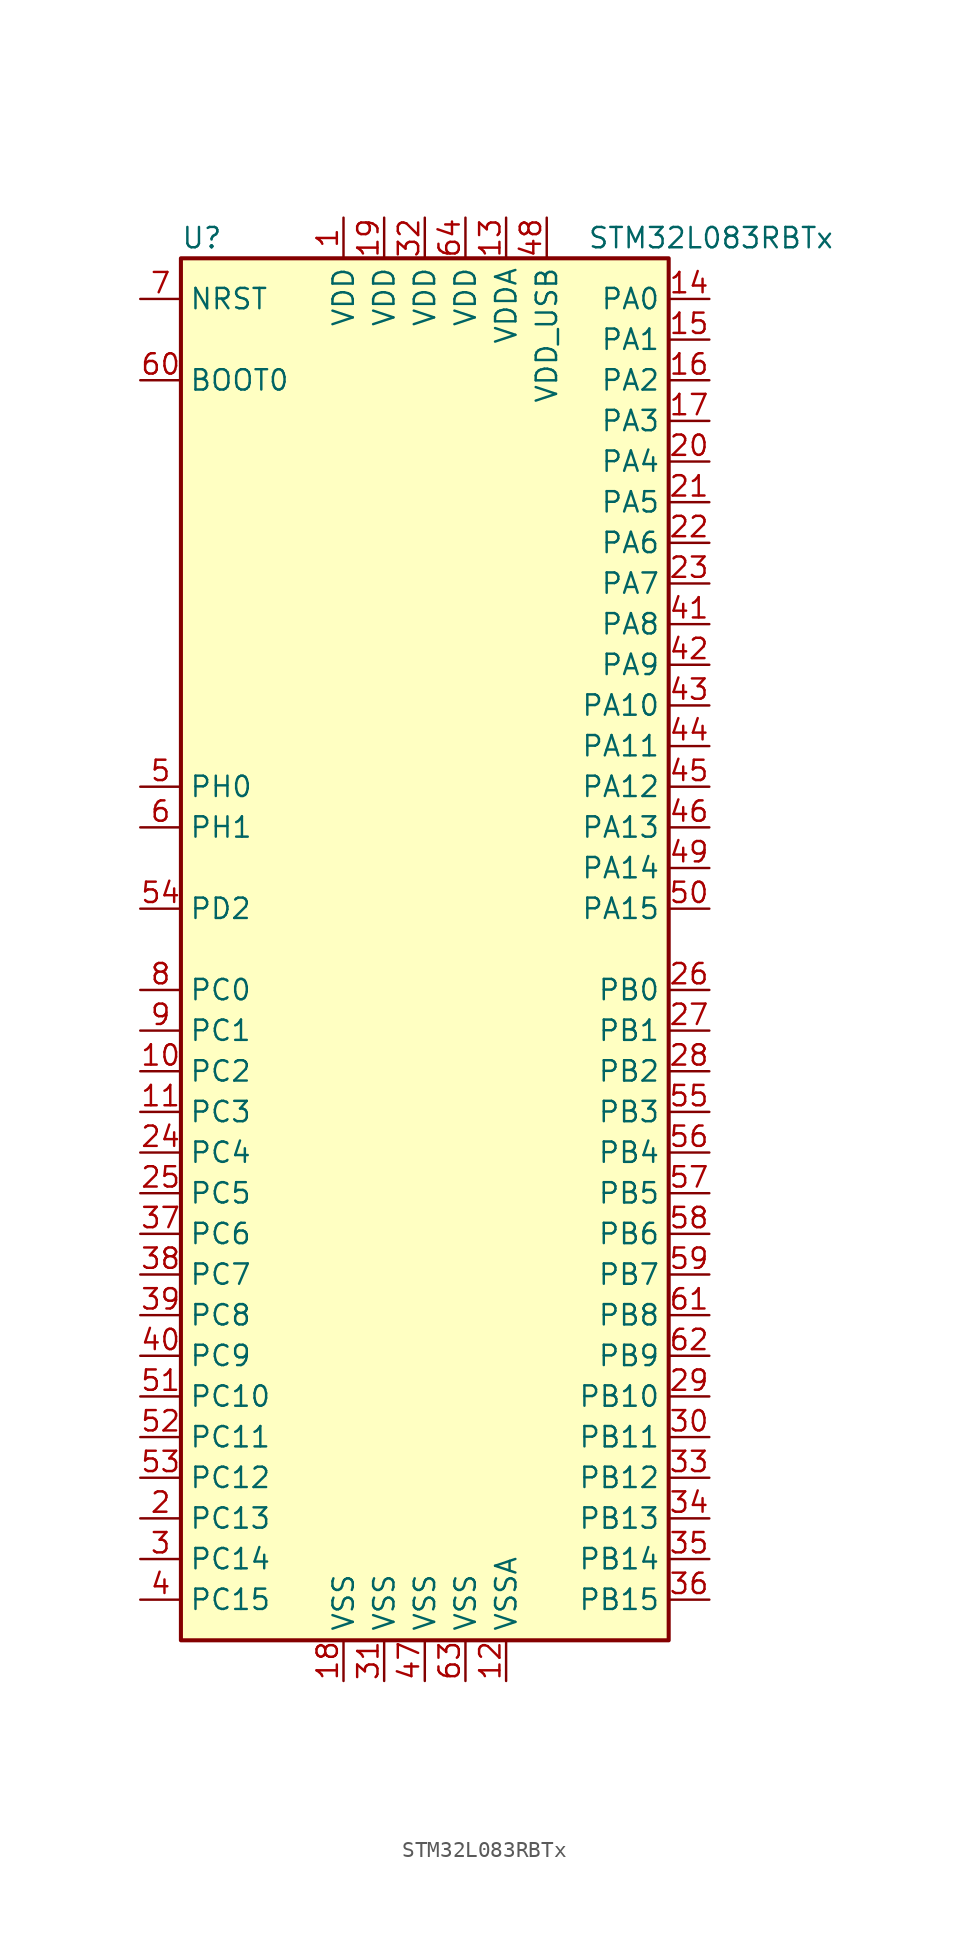
<source format=kicad_sym>
(kicad_symbol_lib
  (version 20201005)
  (generator kicad_symbol_editor)
  (symbol "STM32L083RBTx"
    (property "Reference" "U"
      (at -15.24 44.45 0)
      (effects (font (size 1.27 1.27)) (justify left)))
    (property "Value" "STM32L083RBTx"
      (at 10.16 44.45 0)
      (effects (font (size 1.27 1.27)) (justify left)))
    (symbol "STM32L083RBTx_0_1"
      (rectangle (start -15.24 -43.18) (end 15.24 43.18) (stroke (width 0.254)) (fill (type background))))
    (symbol "STM32L083RBTx_1_1"
      (pin input line (at -17.78 35.56 0) (length 2.54) (name "BOOT0" (effects (font (size 1.27 1.27)))) (number "60" (effects (font (size 1.27 1.27)))))
      (pin input line (at -17.78 40.64 0) (length 2.54) (name "NRST" (effects (font (size 1.27 1.27)))) (number "7" (effects (font (size 1.27 1.27)))))
      (pin bidirectional line (at 17.78 40.64 180) (length 2.54) (name "PA0" (effects (font (size 1.27 1.27)))) (number "14" (effects (font (size 1.27 1.27)))))
      (pin bidirectional line (at 17.78 38.1 180) (length 2.54) (name "PA1" (effects (font (size 1.27 1.27)))) (number "15" (effects (font (size 1.27 1.27)))))
      (pin bidirectional line (at 17.78 15.24 180) (length 2.54) (name "PA10" (effects (font (size 1.27 1.27)))) (number "43" (effects (font (size 1.27 1.27)))))
      (pin bidirectional line (at 17.78 12.7 180) (length 2.54) (name "PA11" (effects (font (size 1.27 1.27)))) (number "44" (effects (font (size 1.27 1.27)))))
      (pin bidirectional line (at 17.78 10.16 180) (length 2.54) (name "PA12" (effects (font (size 1.27 1.27)))) (number "45" (effects (font (size 1.27 1.27)))))
      (pin bidirectional line (at 17.78 7.62 180) (length 2.54) (name "PA13" (effects (font (size 1.27 1.27)))) (number "46" (effects (font (size 1.27 1.27)))))
      (pin bidirectional line (at 17.78 5.08 180) (length 2.54) (name "PA14" (effects (font (size 1.27 1.27)))) (number "49" (effects (font (size 1.27 1.27)))))
      (pin bidirectional line (at 17.78 2.54 180) (length 2.54) (name "PA15" (effects (font (size 1.27 1.27)))) (number "50" (effects (font (size 1.27 1.27)))))
      (pin bidirectional line (at 17.78 35.56 180) (length 2.54) (name "PA2" (effects (font (size 1.27 1.27)))) (number "16" (effects (font (size 1.27 1.27)))))
      (pin bidirectional line (at 17.78 33.02 180) (length 2.54) (name "PA3" (effects (font (size 1.27 1.27)))) (number "17" (effects (font (size 1.27 1.27)))))
      (pin bidirectional line (at 17.78 30.48 180) (length 2.54) (name "PA4" (effects (font (size 1.27 1.27)))) (number "20" (effects (font (size 1.27 1.27)))))
      (pin bidirectional line (at 17.78 27.94 180) (length 2.54) (name "PA5" (effects (font (size 1.27 1.27)))) (number "21" (effects (font (size 1.27 1.27)))))
      (pin bidirectional line (at 17.78 25.4 180) (length 2.54) (name "PA6" (effects (font (size 1.27 1.27)))) (number "22" (effects (font (size 1.27 1.27)))))
      (pin bidirectional line (at 17.78 22.86 180) (length 2.54) (name "PA7" (effects (font (size 1.27 1.27)))) (number "23" (effects (font (size 1.27 1.27)))))
      (pin bidirectional line (at 17.78 20.32 180) (length 2.54) (name "PA8" (effects (font (size 1.27 1.27)))) (number "41" (effects (font (size 1.27 1.27)))))
      (pin bidirectional line (at 17.78 17.78 180) (length 2.54) (name "PA9" (effects (font (size 1.27 1.27)))) (number "42" (effects (font (size 1.27 1.27)))))
      (pin bidirectional line (at 17.78 -2.54 180) (length 2.54) (name "PB0" (effects (font (size 1.27 1.27)))) (number "26" (effects (font (size 1.27 1.27)))))
      (pin bidirectional line (at 17.78 -5.08 180) (length 2.54) (name "PB1" (effects (font (size 1.27 1.27)))) (number "27" (effects (font (size 1.27 1.27)))))
      (pin bidirectional line (at 17.78 -27.94 180) (length 2.54) (name "PB10" (effects (font (size 1.27 1.27)))) (number "29" (effects (font (size 1.27 1.27)))))
      (pin bidirectional line (at 17.78 -30.48 180) (length 2.54) (name "PB11" (effects (font (size 1.27 1.27)))) (number "30" (effects (font (size 1.27 1.27)))))
      (pin bidirectional line (at 17.78 -33.02 180) (length 2.54) (name "PB12" (effects (font (size 1.27 1.27)))) (number "33" (effects (font (size 1.27 1.27)))))
      (pin bidirectional line (at 17.78 -35.56 180) (length 2.54) (name "PB13" (effects (font (size 1.27 1.27)))) (number "34" (effects (font (size 1.27 1.27)))))
      (pin bidirectional line (at 17.78 -38.1 180) (length 2.54) (name "PB14" (effects (font (size 1.27 1.27)))) (number "35" (effects (font (size 1.27 1.27)))))
      (pin bidirectional line (at 17.78 -40.64 180) (length 2.54) (name "PB15" (effects (font (size 1.27 1.27)))) (number "36" (effects (font (size 1.27 1.27)))))
      (pin bidirectional line (at 17.78 -7.62 180) (length 2.54) (name "PB2" (effects (font (size 1.27 1.27)))) (number "28" (effects (font (size 1.27 1.27)))))
      (pin bidirectional line (at 17.78 -10.16 180) (length 2.54) (name "PB3" (effects (font (size 1.27 1.27)))) (number "55" (effects (font (size 1.27 1.27)))))
      (pin bidirectional line (at 17.78 -12.7 180) (length 2.54) (name "PB4" (effects (font (size 1.27 1.27)))) (number "56" (effects (font (size 1.27 1.27)))))
      (pin bidirectional line (at 17.78 -15.24 180) (length 2.54) (name "PB5" (effects (font (size 1.27 1.27)))) (number "57" (effects (font (size 1.27 1.27)))))
      (pin bidirectional line (at 17.78 -17.78 180) (length 2.54) (name "PB6" (effects (font (size 1.27 1.27)))) (number "58" (effects (font (size 1.27 1.27)))))
      (pin bidirectional line (at 17.78 -20.32 180) (length 2.54) (name "PB7" (effects (font (size 1.27 1.27)))) (number "59" (effects (font (size 1.27 1.27)))))
      (pin bidirectional line (at 17.78 -22.86 180) (length 2.54) (name "PB8" (effects (font (size 1.27 1.27)))) (number "61" (effects (font (size 1.27 1.27)))))
      (pin bidirectional line (at 17.78 -25.4 180) (length 2.54) (name "PB9" (effects (font (size 1.27 1.27)))) (number "62" (effects (font (size 1.27 1.27)))))
      (pin bidirectional line (at -17.78 -2.54 0) (length 2.54) (name "PC0" (effects (font (size 1.27 1.27)))) (number "8" (effects (font (size 1.27 1.27)))))
      (pin bidirectional line (at -17.78 -5.08 0) (length 2.54) (name "PC1" (effects (font (size 1.27 1.27)))) (number "9" (effects (font (size 1.27 1.27)))))
      (pin bidirectional line (at -17.78 -27.94 0) (length 2.54) (name "PC10" (effects (font (size 1.27 1.27)))) (number "51" (effects (font (size 1.27 1.27)))))
      (pin bidirectional line (at -17.78 -30.48 0) (length 2.54) (name "PC11" (effects (font (size 1.27 1.27)))) (number "52" (effects (font (size 1.27 1.27)))))
      (pin bidirectional line (at -17.78 -33.02 0) (length 2.54) (name "PC12" (effects (font (size 1.27 1.27)))) (number "53" (effects (font (size 1.27 1.27)))))
      (pin bidirectional line (at -17.78 -35.56 0) (length 2.54) (name "PC13" (effects (font (size 1.27 1.27)))) (number "2" (effects (font (size 1.27 1.27)))))
      (pin bidirectional line (at -17.78 -38.1 0) (length 2.54) (name "PC14" (effects (font (size 1.27 1.27)))) (number "3" (effects (font (size 1.27 1.27)))))
      (pin bidirectional line (at -17.78 -40.64 0) (length 2.54) (name "PC15" (effects (font (size 1.27 1.27)))) (number "4" (effects (font (size 1.27 1.27)))))
      (pin bidirectional line (at -17.78 -7.62 0) (length 2.54) (name "PC2" (effects (font (size 1.27 1.27)))) (number "10" (effects (font (size 1.27 1.27)))))
      (pin bidirectional line (at -17.78 -10.16 0) (length 2.54) (name "PC3" (effects (font (size 1.27 1.27)))) (number "11" (effects (font (size 1.27 1.27)))))
      (pin bidirectional line (at -17.78 -12.7 0) (length 2.54) (name "PC4" (effects (font (size 1.27 1.27)))) (number "24" (effects (font (size 1.27 1.27)))))
      (pin bidirectional line (at -17.78 -15.24 0) (length 2.54) (name "PC5" (effects (font (size 1.27 1.27)))) (number "25" (effects (font (size 1.27 1.27)))))
      (pin bidirectional line (at -17.78 -17.78 0) (length 2.54) (name "PC6" (effects (font (size 1.27 1.27)))) (number "37" (effects (font (size 1.27 1.27)))))
      (pin bidirectional line (at -17.78 -20.32 0) (length 2.54) (name "PC7" (effects (font (size 1.27 1.27)))) (number "38" (effects (font (size 1.27 1.27)))))
      (pin bidirectional line (at -17.78 -22.86 0) (length 2.54) (name "PC8" (effects (font (size 1.27 1.27)))) (number "39" (effects (font (size 1.27 1.27)))))
      (pin bidirectional line (at -17.78 -25.4 0) (length 2.54) (name "PC9" (effects (font (size 1.27 1.27)))) (number "40" (effects (font (size 1.27 1.27)))))
      (pin bidirectional line (at -17.78 2.54 0) (length 2.54) (name "PD2" (effects (font (size 1.27 1.27)))) (number "54" (effects (font (size 1.27 1.27)))))
      (pin input line (at -17.78 10.16 0) (length 2.54) (name "PH0" (effects (font (size 1.27 1.27)))) (number "5" (effects (font (size 1.27 1.27)))))
      (pin input line (at -17.78 7.62 0) (length 2.54) (name "PH1" (effects (font (size 1.27 1.27)))) (number "6" (effects (font (size 1.27 1.27)))))
      (pin power_in line (at -5.08 45.72 270) (length 2.54) (name "VDD" (effects (font (size 1.27 1.27)))) (number "1" (effects (font (size 1.27 1.27)))))
      (pin power_in line (at -2.54 45.72 270) (length 2.54) (name "VDD" (effects (font (size 1.27 1.27)))) (number "19" (effects (font (size 1.27 1.27)))))
      (pin power_in line (at 0 45.72 270) (length 2.54) (name "VDD" (effects (font (size 1.27 1.27)))) (number "32" (effects (font (size 1.27 1.27)))))
      (pin power_in line (at 2.54 45.72 270) (length 2.54) (name "VDD" (effects (font (size 1.27 1.27)))) (number "64" (effects (font (size 1.27 1.27)))))
      (pin power_in line (at 5.08 45.72 270) (length 2.54) (name "VDDA" (effects (font (size 1.27 1.27)))) (number "13" (effects (font (size 1.27 1.27)))))
      (pin power_in line (at 7.62 45.72 270) (length 2.54) (name "VDD_USB" (effects (font (size 1.27 1.27)))) (number "48" (effects (font (size 1.27 1.27)))))
      (pin power_in line (at -5.08 -45.72 90) (length 2.54) (name "VSS" (effects (font (size 1.27 1.27)))) (number "18" (effects (font (size 1.27 1.27)))))
      (pin power_in line (at -2.54 -45.72 90) (length 2.54) (name "VSS" (effects (font (size 1.27 1.27)))) (number "31" (effects (font (size 1.27 1.27)))))
      (pin power_in line (at 0 -45.72 90) (length 2.54) (name "VSS" (effects (font (size 1.27 1.27)))) (number "47" (effects (font (size 1.27 1.27)))))
      (pin power_in line (at 2.54 -45.72 90) (length 2.54) (name "VSS" (effects (font (size 1.27 1.27)))) (number "63" (effects (font (size 1.27 1.27)))))
      (pin power_in line (at 5.08 -45.72 90) (length 2.54) (name "VSSA" (effects (font (size 1.27 1.27)))) (number "12" (effects (font (size 1.27 1.27))))))))
</source>
